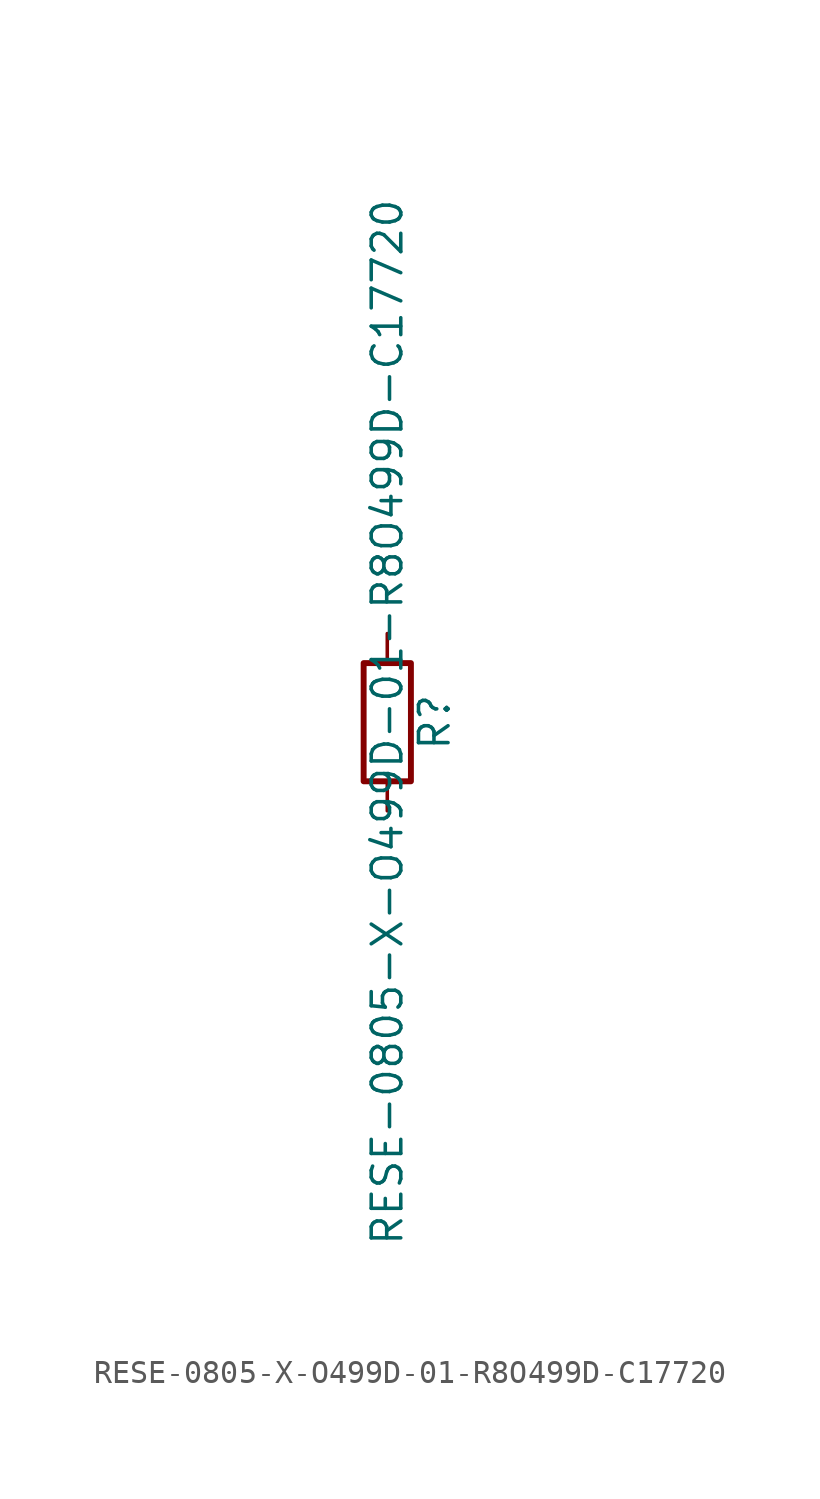
<source format=kicad_sym>
(kicad_symbol_lib
  (version 20211014)
  (generator kicad_symbol_editor)
  (symbol "RESE-0805-X-O499D-01-R8O499D-C17720"
    (pin_numbers hide)
    (pin_names
      (offset 0))
    (property "Reference" "R"
      (at 2.032 0 90)
      (effects (font (size 1.27 1.27))))
    (property "Value" "RESE-0805-X-O499D-01-R8O499D-C17720"
      (at 0 0 90)
      (effects (font (size 1.27 1.27))))
    (symbol "RESE-0805-X-O499D-01-R8O499D-C17720_0_1"
      (rectangle (start -1.016 -2.54) (end 1.016 2.54) (stroke (width 0.254) (type default) (color 0 0 0 0)) (fill (type none))))
    (symbol "RESE-0805-X-O499D-01-R8O499D-C17720_1_1"
      (pin passive line (at 0 3.81 270) (length 1.27) (name "~" (effects (font (size 1.27 1.27)))) (number "1" (effects (font (size 1.27 1.27)))))
      (pin passive line (at 0 -3.81 90) (length 1.27) (name "~" (effects (font (size 1.27 1.27)))) (number "2" (effects (font (size 1.27 1.27))))))))
</source>
